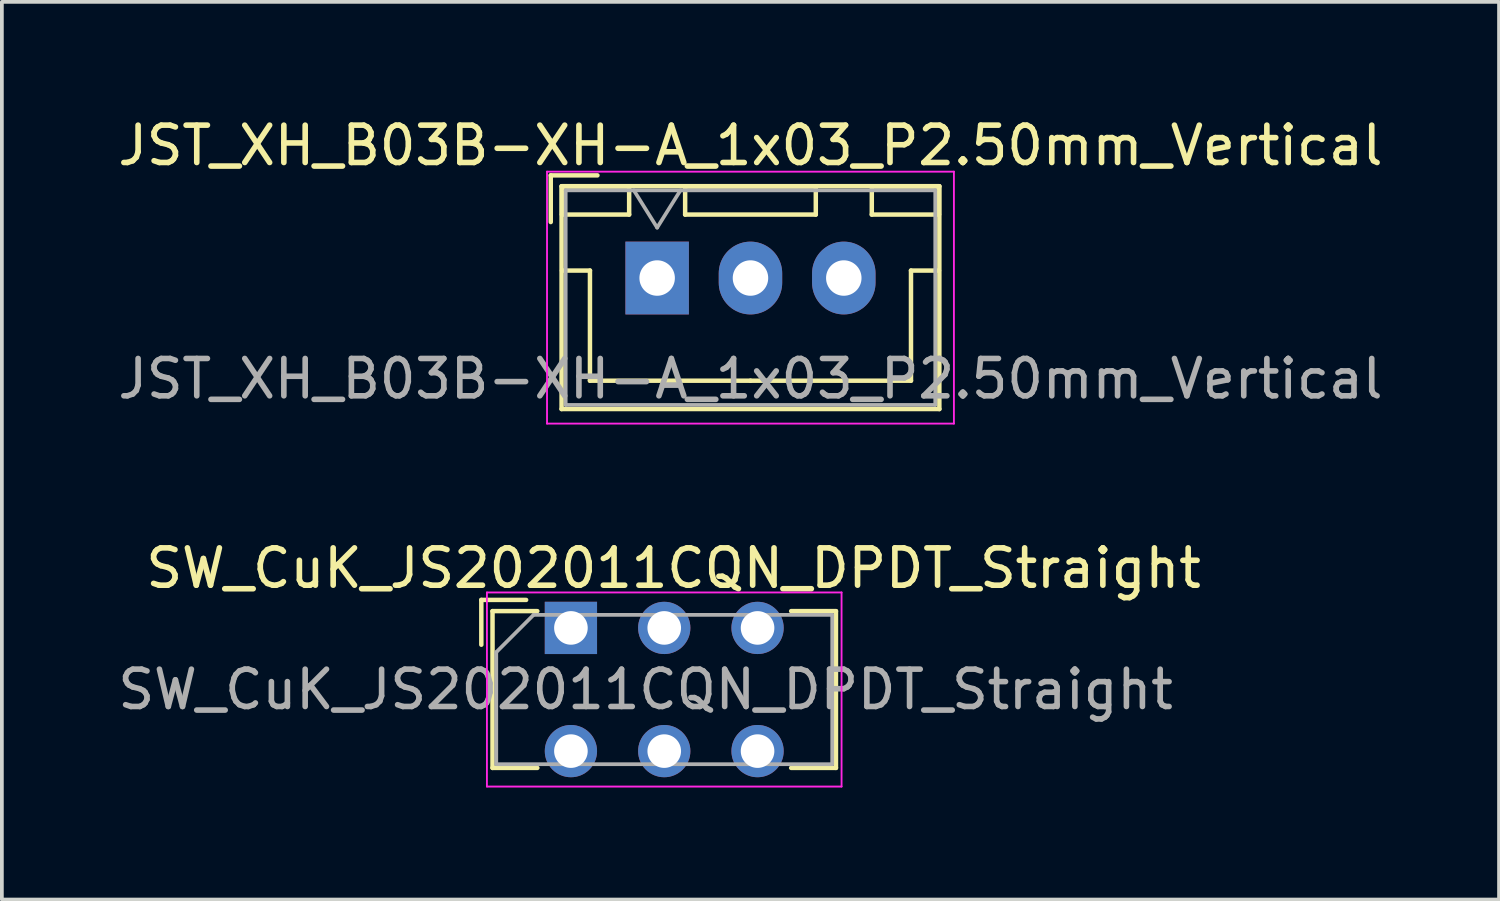
<source format=kicad_pcb>
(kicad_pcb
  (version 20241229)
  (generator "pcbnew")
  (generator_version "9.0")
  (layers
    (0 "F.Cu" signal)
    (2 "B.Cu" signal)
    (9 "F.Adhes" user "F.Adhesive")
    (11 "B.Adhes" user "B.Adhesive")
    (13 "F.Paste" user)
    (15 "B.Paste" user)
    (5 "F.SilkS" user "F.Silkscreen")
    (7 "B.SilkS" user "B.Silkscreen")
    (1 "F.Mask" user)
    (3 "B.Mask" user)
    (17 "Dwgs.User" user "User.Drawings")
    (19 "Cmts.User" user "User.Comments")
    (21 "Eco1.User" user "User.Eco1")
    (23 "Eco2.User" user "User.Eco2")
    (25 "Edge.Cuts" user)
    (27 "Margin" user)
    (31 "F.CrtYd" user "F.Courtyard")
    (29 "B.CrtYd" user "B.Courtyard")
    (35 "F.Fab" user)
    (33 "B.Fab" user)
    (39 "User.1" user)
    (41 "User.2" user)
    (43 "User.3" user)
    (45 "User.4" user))
  (footprint "JST_XH_B03B-XH-A_1x03_P2.50mm_Vertical"
    (layer "F.Cu")
    (at 14.554 4.398)
    (property "Reference" "JST_XH_B03B-XH-A_1x03_P2.50mm_Vertical" (at 2.5 -3.55 0) (layer "F.SilkS") (effects (font (size 1 1) (thickness 0.15))))
    (attr through_hole)
    (fp_line (start -2.85 -2.75) (end -2.85 -1.5) (stroke (width 0.12) (type solid)) (layer "F.SilkS"))
    (fp_line (start -2.56 -2.46) (end -2.56 3.51) (stroke (width 0.12) (type solid)) (layer "F.SilkS"))
    (fp_line (start -2.56 3.51) (end 7.56 3.51) (stroke (width 0.12) (type solid)) (layer "F.SilkS"))
    (fp_line (start -2.55 -2.45) (end -2.55 -1.7) (stroke (width 0.12) (type solid)) (layer "F.SilkS"))
    (fp_line (start -2.55 -1.7) (end -0.75 -1.7) (stroke (width 0.12) (type solid)) (layer "F.SilkS"))
    (fp_line (start -2.55 -0.2) (end -1.8 -0.2) (stroke (width 0.12) (type solid)) (layer "F.SilkS"))
    (fp_line (start -1.8 -0.2) (end -1.8 2.75) (stroke (width 0.12) (type solid)) (layer "F.SilkS"))
    (fp_line (start -1.8 2.75) (end 2.5 2.75) (stroke (width 0.12) (type solid)) (layer "F.SilkS"))
    (fp_line (start -1.6 -2.75) (end -2.85 -2.75) (stroke (width 0.12) (type solid)) (layer "F.SilkS"))
    (fp_line (start -0.75 -2.45) (end -2.55 -2.45) (stroke (width 0.12) (type solid)) (layer "F.SilkS"))
    (fp_line (start -0.75 -1.7) (end -0.75 -2.45) (stroke (width 0.12) (type solid)) (layer "F.SilkS"))
    (fp_line (start 0.75 -2.45) (end 0.75 -1.7) (stroke (width 0.12) (type solid)) (layer "F.SilkS"))
    (fp_line (start 0.75 -1.7) (end 4.25 -1.7) (stroke (width 0.12) (type solid)) (layer "F.SilkS"))
    (fp_line (start 4.25 -2.45) (end 0.75 -2.45) (stroke (width 0.12) (type solid)) (layer "F.SilkS"))
    (fp_line (start 4.25 -1.7) (end 4.25 -2.45) (stroke (width 0.12) (type solid)) (layer "F.SilkS"))
    (fp_line (start 5.75 -2.45) (end 5.75 -1.7) (stroke (width 0.12) (type solid)) (layer "F.SilkS"))
    (fp_line (start 5.75 -1.7) (end 7.55 -1.7) (stroke (width 0.12) (type solid)) (layer "F.SilkS"))
    (fp_line (start 6.8 -0.2) (end 6.8 2.75) (stroke (width 0.12) (type solid)) (layer "F.SilkS"))
    (fp_line (start 6.8 2.75) (end 2.5 2.75) (stroke (width 0.12) (type solid)) (layer "F.SilkS"))
    (fp_line (start 7.55 -2.45) (end 5.75 -2.45) (stroke (width 0.12) (type solid)) (layer "F.SilkS"))
    (fp_line (start 7.55 -1.7) (end 7.55 -2.45) (stroke (width 0.12) (type solid)) (layer "F.SilkS"))
    (fp_line (start 7.55 -0.2) (end 6.8 -0.2) (stroke (width 0.12) (type solid)) (layer "F.SilkS"))
    (fp_line (start 7.56 -2.46) (end -2.56 -2.46) (stroke (width 0.12) (type solid)) (layer "F.SilkS"))
    (fp_line (start 7.56 3.51) (end 7.56 -2.46) (stroke (width 0.12) (type solid)) (layer "F.SilkS"))
    (fp_line (start -2.95 -2.85) (end -2.95 3.9) (stroke (width 0.05) (type solid)) (layer "F.CrtYd"))
    (fp_line (start -2.95 3.9) (end 7.95 3.9) (stroke (width 0.05) (type solid)) (layer "F.CrtYd"))
    (fp_line (start 7.95 -2.85) (end -2.95 -2.85) (stroke (width 0.05) (type solid)) (layer "F.CrtYd"))
    (fp_line (start 7.95 3.9) (end 7.95 -2.85) (stroke (width 0.05) (type solid)) (layer "F.CrtYd"))
    (fp_line (start -2.45 -2.35) (end -2.45 3.4) (stroke (width 0.1) (type solid)) (layer "F.Fab"))
    (fp_line (start -2.45 3.4) (end 7.45 3.4) (stroke (width 0.1) (type solid)) (layer "F.Fab"))
    (fp_line (start -0.625 -2.35) (end 0 -1.35) (stroke (width 0.1) (type solid)) (layer "F.Fab"))
    (fp_line (start 0 -1.35) (end 0.625 -2.35) (stroke (width 0.1) (type solid)) (layer "F.Fab"))
    (fp_line (start 7.45 -2.35) (end -2.45 -2.35) (stroke (width 0.1) (type solid)) (layer "F.Fab"))
    (fp_line (start 7.45 3.4) (end 7.45 -2.35) (stroke (width 0.1) (type solid)) (layer "F.Fab"))
    (fp_text user "${REFERENCE}" (at 2.5 2.7 0) (layer "F.Fab") (effects (font (size 1 1) (thickness 0.15))))
    (pad "1" thru_hole rect (at 0 0) (size 1.7 1.95) (drill 0.95) (layers "*.Cu" "*.Mask"))
    (pad "2" thru_hole oval (at 2.5 0) (size 1.7 1.95) (drill 0.95) (layers "*.Cu" "*.Mask"))
    (pad "3" thru_hole oval (at 5 0) (size 1.7 1.95) (drill 0.95) (layers "*.Cu" "*.Mask")))
  (footprint "SW_CuK_JS202011CQN_DPDT_Straight"
    (layer "F.Cu")
    (at 12.244 13.771)
    (property "Reference" "SW_CuK_JS202011CQN_DPDT_Straight" (at 2.75 -1.6 0) (layer "F.SilkS") (effects (font (size 1 1) (thickness 0.15))))
    (attr through_hole)
    (fp_line (start -2.4 -0.75) (end -2.4 0.45) (stroke (width 0.12) (type solid)) (layer "F.SilkS"))
    (fp_line (start -2.1 -0.45) (end -2.1 3.75) (stroke (width 0.12) (type solid)) (layer "F.SilkS"))
    (fp_line (start -2.1 3.75) (end -0.9 3.75) (stroke (width 0.12) (type solid)) (layer "F.SilkS"))
    (fp_line (start -1.2 -0.75) (end -2.4 -0.75) (stroke (width 0.12) (type solid)) (layer "F.SilkS"))
    (fp_line (start -0.9 -0.45) (end -2.1 -0.45) (stroke (width 0.12) (type solid)) (layer "F.SilkS"))
    (fp_line (start 5.9 -0.45) (end 7.1 -0.45) (stroke (width 0.12) (type solid)) (layer "F.SilkS"))
    (fp_line (start 7.1 -0.45) (end 7.1 3.75) (stroke (width 0.12) (type solid)) (layer "F.SilkS"))
    (fp_line (start 7.1 3.75) (end 5.9 3.75) (stroke (width 0.12) (type solid)) (layer "F.SilkS"))
    (fp_line (start -2.25 -0.95) (end 7.25 -0.95) (stroke (width 0.05) (type solid)) (layer "F.CrtYd"))
    (fp_line (start -2.25 4.25) (end -2.25 -0.95) (stroke (width 0.05) (type solid)) (layer "F.CrtYd"))
    (fp_line (start 7.25 -0.95) (end 7.25 4.25) (stroke (width 0.05) (type solid)) (layer "F.CrtYd"))
    (fp_line (start 7.25 4.25) (end -2.25 4.25) (stroke (width 0.05) (type solid)) (layer "F.CrtYd"))
    (fp_line (start -2 3.65) (end -2 0.65) (stroke (width 0.1) (type solid)) (layer "F.Fab"))
    (fp_line (start -1 -0.35) (end -2 0.65) (stroke (width 0.1) (type solid)) (layer "F.Fab"))
    (fp_line (start -1 -0.35) (end 7 -0.35) (stroke (width 0.1) (type solid)) (layer "F.Fab"))
    (fp_line (start 7 -0.35) (end 7 3.65) (stroke (width 0.1) (type solid)) (layer "F.Fab"))
    (fp_line (start 7 3.65) (end -2 3.65) (stroke (width 0.1) (type solid)) (layer "F.Fab"))
    (fp_text user "${REFERENCE}" (at 2 1.65 0) (layer "F.Fab") (effects (font (size 1 1) (thickness 0.15))))
    (pad "1" thru_hole rect (at 0 0) (size 1.4 1.4) (drill 0.9) (layers "*.Cu" "*.Mask"))
    (pad "2" thru_hole circle (at 2.5 0) (size 1.4 1.4) (drill 0.9) (layers "*.Cu" "*.Mask"))
    (pad "3" thru_hole circle (at 5 0) (size 1.4 1.4) (drill 0.9) (layers "*.Cu" "*.Mask"))
    (pad "4" thru_hole circle (at 0 3.3) (size 1.4 1.4) (drill 0.9) (layers "*.Cu" "*.Mask"))
    (pad "5" thru_hole circle (at 2.5 3.3) (size 1.4 1.4) (drill 0.9) (layers "*.Cu" "*.Mask"))
    (pad "6" thru_hole circle (at 5 3.3) (size 1.4 1.4) (drill 0.9) (layers "*.Cu" "*.Mask")))
  (gr_rect
    (start -3 -3)
    (end 37.107 21.047)
    (stroke (width 0.1) (type default))
    (fill no)
    (layer "Edge.Cuts")))
</source>
